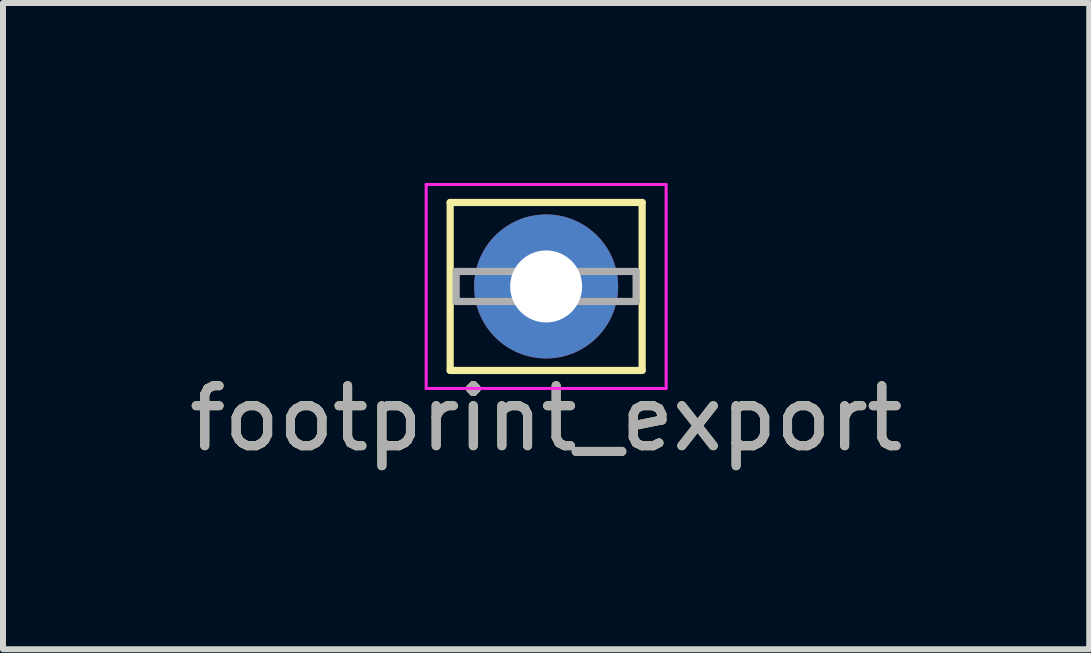
<source format=kicad_pcb>
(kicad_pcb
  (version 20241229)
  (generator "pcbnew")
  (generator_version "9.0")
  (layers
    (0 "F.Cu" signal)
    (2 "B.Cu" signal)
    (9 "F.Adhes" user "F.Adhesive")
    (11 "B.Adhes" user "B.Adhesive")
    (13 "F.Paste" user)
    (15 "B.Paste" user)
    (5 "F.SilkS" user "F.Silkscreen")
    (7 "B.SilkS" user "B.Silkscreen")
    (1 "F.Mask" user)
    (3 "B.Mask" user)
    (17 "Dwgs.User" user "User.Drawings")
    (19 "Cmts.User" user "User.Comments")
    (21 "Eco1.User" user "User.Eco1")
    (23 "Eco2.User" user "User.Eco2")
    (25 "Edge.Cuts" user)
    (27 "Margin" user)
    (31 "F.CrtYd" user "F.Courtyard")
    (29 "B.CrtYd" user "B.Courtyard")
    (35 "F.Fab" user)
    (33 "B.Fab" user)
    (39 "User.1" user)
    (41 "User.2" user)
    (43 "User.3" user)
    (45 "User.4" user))
  (footprint "footprint_export"
    (layer "F.Cu")
    (at 6.054 1.725)
    (property "Reference" "footprint_export" (at 0 2.2 0) (layer "F.SilkS") (effects (font (size 1 1) (thickness 0.15))))
    (attr through_hole)
    (fp_line (start -1.6 -1.4) (end 1.6 -1.4) (stroke (width 0.12) (type solid)) (layer "F.SilkS"))
    (fp_line (start -1.6 1.4) (end -1.6 -1.4) (stroke (width 0.12) (type solid)) (layer "F.SilkS"))
    (fp_line (start 1.6 -1.4) (end 1.6 1.4) (stroke (width 0.12) (type solid)) (layer "F.SilkS"))
    (fp_line (start 1.6 1.4) (end -1.6 1.4) (stroke (width 0.12) (type solid)) (layer "F.SilkS"))
    (fp_line (start -2 -1.7) (end -2 1.7) (stroke (width 0.05) (type solid)) (layer "F.CrtYd"))
    (fp_line (start -2 -1.7) (end 2 -1.7) (stroke (width 0.05) (type solid)) (layer "F.CrtYd"))
    (fp_line (start 2 1.7) (end -2 1.7) (stroke (width 0.05) (type solid)) (layer "F.CrtYd"))
    (fp_line (start 2 1.7) (end 2 -1.7) (stroke (width 0.05) (type solid)) (layer "F.CrtYd"))
    (fp_line (start -1.5 -0.25) (end 1.5 -0.25) (stroke (width 0.12) (type solid)) (layer "F.Fab"))
    (fp_line (start -1.5 0.25) (end -1.5 -0.25) (stroke (width 0.12) (type solid)) (layer "F.Fab"))
    (fp_line (start 1.5 -0.25) (end 1.5 0.25) (stroke (width 0.12) (type solid)) (layer "F.Fab"))
    (fp_line (start 1.5 0.25) (end -1.5 0.25) (stroke (width 0.12) (type solid)) (layer "F.Fab"))
    (fp_text user "${REFERENCE}" (at 0 2.2 0) (layer "F.Fab") (effects (font (size 1 1) (thickness 0.15))))
    (pad "1" thru_hole circle (at 0 0) (size 2.4 2.4) (drill 1.2) (layers "*.Cu" "*.Mask")))
  (gr_rect
    (start -3 -3)
    (end 15.107 7.773)
    (stroke (width 0.1) (type default))
    (fill no)
    (layer "Edge.Cuts")))
</source>
